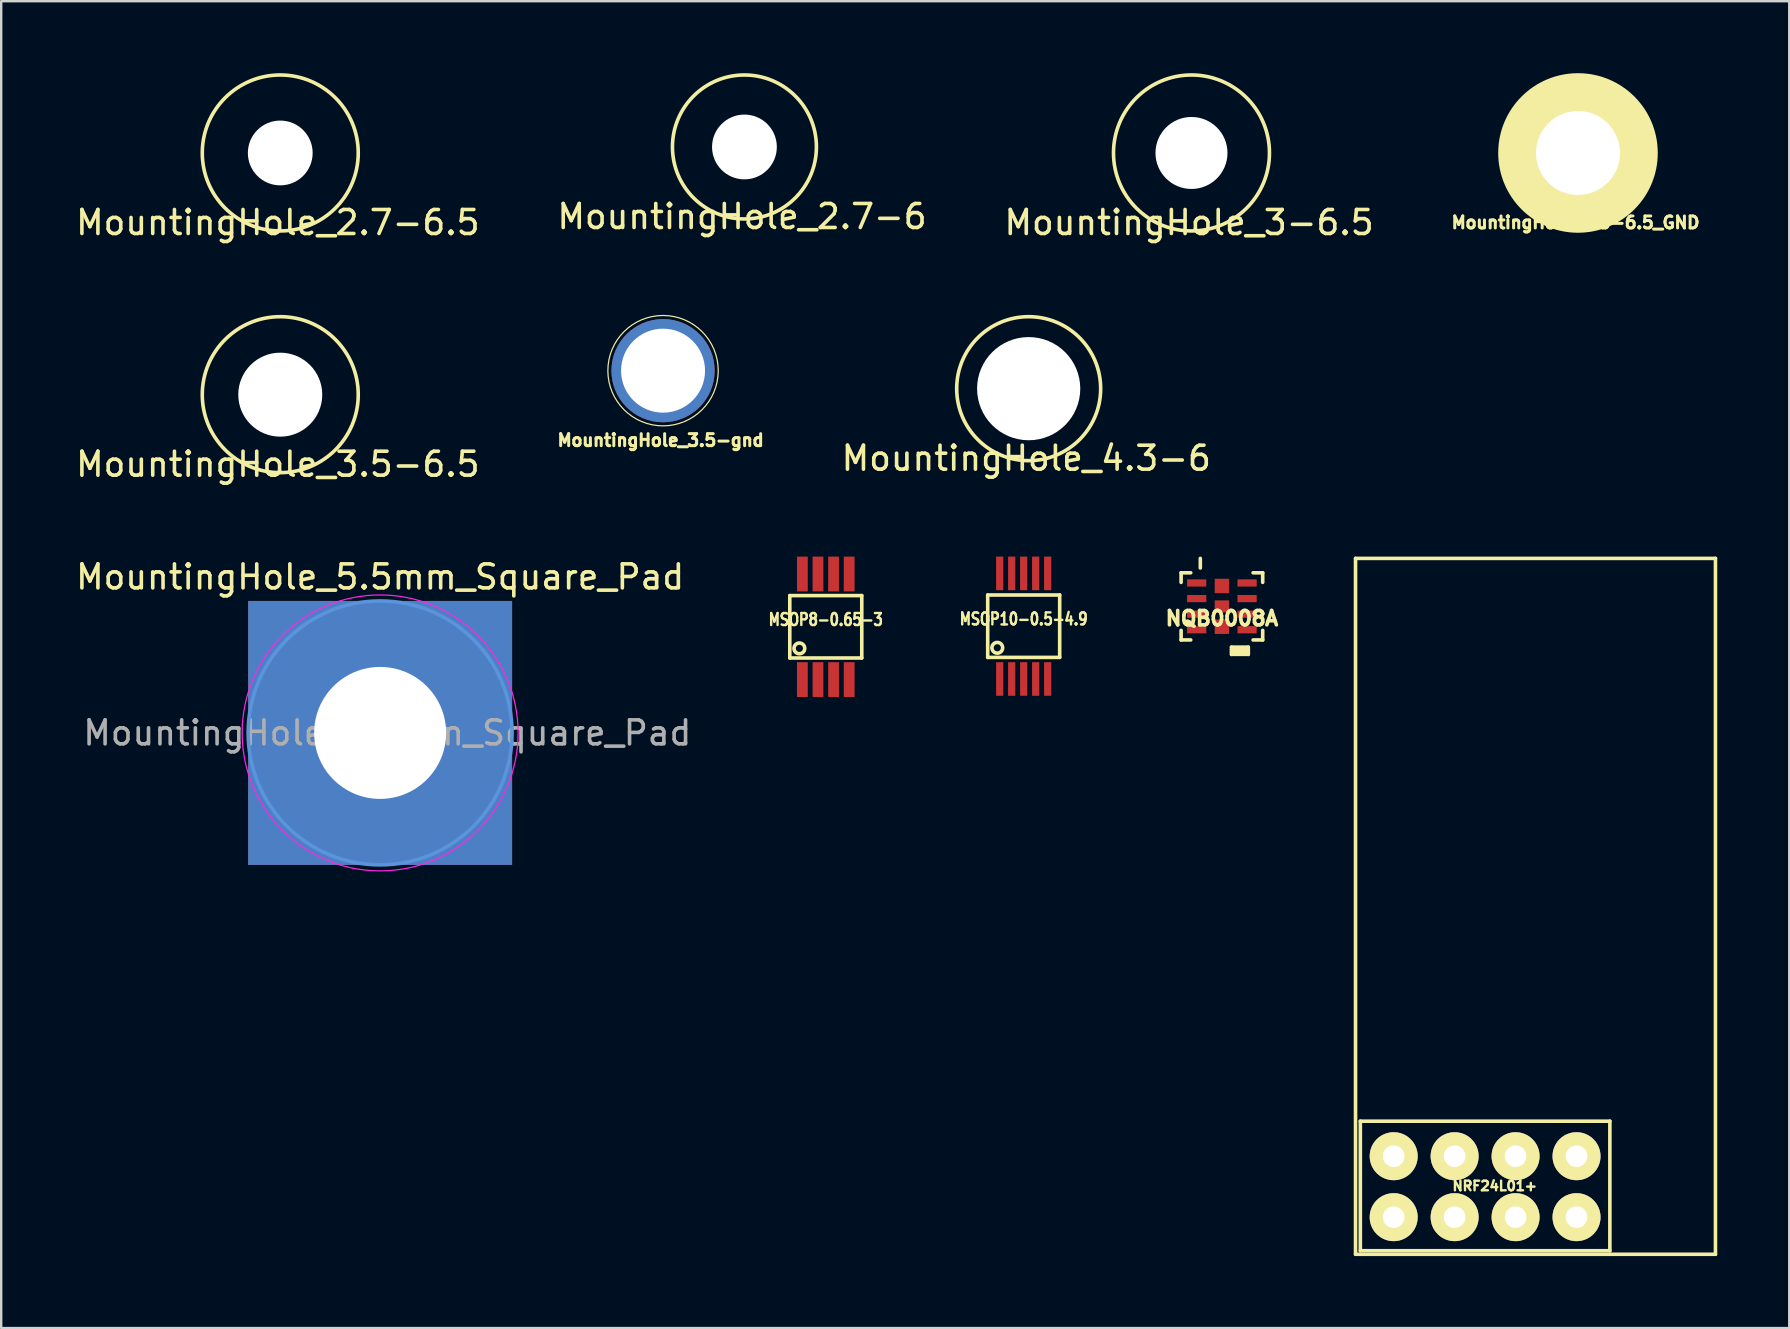
<source format=kicad_pcb>
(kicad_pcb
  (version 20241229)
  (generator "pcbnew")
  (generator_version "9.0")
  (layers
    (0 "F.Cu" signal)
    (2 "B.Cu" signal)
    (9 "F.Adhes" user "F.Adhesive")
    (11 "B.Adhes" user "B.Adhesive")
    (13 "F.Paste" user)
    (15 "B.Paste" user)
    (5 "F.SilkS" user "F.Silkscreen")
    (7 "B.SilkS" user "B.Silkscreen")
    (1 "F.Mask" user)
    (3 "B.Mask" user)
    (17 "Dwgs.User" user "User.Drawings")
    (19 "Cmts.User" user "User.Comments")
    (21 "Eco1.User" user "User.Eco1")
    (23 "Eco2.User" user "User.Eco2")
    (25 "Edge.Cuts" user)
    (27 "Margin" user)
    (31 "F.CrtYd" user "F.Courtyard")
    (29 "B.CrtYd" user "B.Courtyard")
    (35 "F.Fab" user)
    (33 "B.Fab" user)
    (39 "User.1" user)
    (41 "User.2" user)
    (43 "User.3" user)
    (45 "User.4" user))
  (footprint "NRF24L01+"
    (placed yes)
    (layer "F.Cu")
    (at 58.843 46.422)
    (property "Reference" "NRF24L01+" (at 0.4 -0.046 0) (layer "F.SilkS") (effects (font (size 0.4 0.4) (thickness 0.1))))
    (attr through_hole)
    (fp_line (start -5.4 -26.2) (end 9.6 -26.2) (stroke (width 0.15) (type solid)) (layer "F.SilkS"))
    (fp_line (start -5.4 2.8) (end -5.4 -26.2) (stroke (width 0.15) (type solid)) (layer "F.SilkS"))
    (fp_line (start -5.4 2.8) (end 9.6 2.8) (stroke (width 0.15) (type solid)) (layer "F.SilkS"))
    (fp_line (start -5.2 -2.746) (end -5.2 2.654) (stroke (width 0.15) (type solid)) (layer "F.SilkS"))
    (fp_line (start -5.2 2.654) (end 5.2 2.654) (stroke (width 0.15) (type solid)) (layer "F.SilkS"))
    (fp_line (start 5.2 -2.746) (end -5.2 -2.746) (stroke (width 0.15) (type solid)) (layer "F.SilkS"))
    (fp_line (start 5.2 2.654) (end 5.2 -2.746) (stroke (width 0.15) (type solid)) (layer "F.SilkS"))
    (fp_line (start 9.6 -26.2) (end 9.6 2.8) (stroke (width 0.15) (type solid)) (layer "F.SilkS"))
    (pad "1" thru_hole oval (at -3.81 1.254) (size 2 2) (drill 0.9) (layers "*.Cu" "*.Mask" "F.SilkS"))
    (pad "2" thru_hole oval (at -3.81 -1.286) (size 2 2) (drill 0.9) (layers "*.Cu" "*.Mask" "F.SilkS"))
    (pad "3" thru_hole oval (at -1.27 1.254) (size 2 2) (drill 0.9) (layers "*.Cu" "*.Mask" "F.SilkS"))
    (pad "4" thru_hole oval (at -1.27 -1.286) (size 2 2) (drill 0.9) (layers "*.Cu" "*.Mask" "F.SilkS"))
    (pad "5" thru_hole oval (at 1.27 1.254) (size 2 2) (drill 0.9) (layers "*.Cu" "*.Mask" "F.SilkS"))
    (pad "6" thru_hole oval (at 1.27 -1.286) (size 2 2) (drill 0.9) (layers "*.Cu" "*.Mask" "F.SilkS"))
    (pad "7" thru_hole oval (at 3.81 1.254) (size 2 2) (drill 0.9) (layers "*.Cu" "*.Mask" "F.SilkS"))
    (pad "8" thru_hole oval (at 3.81 -1.286) (size 2 2) (drill 0.9) (layers "*.Cu" "*.Mask" "F.SilkS")))
  (footprint "MountingHole_3.5-gnd"
    (layer "F.Cu")
    (at 24.583 12.398)
    (property "Reference" "MountingHole_3.5-gnd" (at -0.1 2.9 0) (layer "F.SilkS") (effects (font (size 0.5 0.5) (thickness 0.125))))
    (attr through_hole)
    (fp_circle (center 0 0) (end 0 2.3) (stroke (width 0.05) (type solid)) (fill no) (layer "F.SilkS"))
    (pad "" np_thru_hole circle (at 0 0) (size 4.3 4.3) (drill 3.5) (layers "*.Cu"))
    (pad "1" smd circle (at 0 0) (size 3 3) (layers "F.Cu" "F.Mask" "F.Paste")))
  (footprint "MountingHole_2.7-6.5"
    (layer "F.Cu")
    (at 8.63 3.325)
    (property "Reference" "MountingHole_2.7-6.5" (at -0.1 2.9 0) (layer "F.SilkS") (effects (font (size 1 1) (thickness 0.15))))
    (attr through_hole)
    (fp_circle (center 0 0) (end 0 3.25) (stroke (width 0.15) (type solid)) (fill no) (layer "F.SilkS"))
    (pad "" np_thru_hole circle (at 0 0) (size 2.7 2.7) (drill 2.7) (layers "*.Cu")))
  (footprint "MountingHole_3.5-6.5"
    (layer "F.Cu")
    (at 8.63 13.398)
    (property "Reference" "MountingHole_3.5-6.5" (at -0.1 2.9 0) (layer "F.SilkS") (effects (font (size 1 1) (thickness 0.15))))
    (attr through_hole)
    (fp_circle (center 0 0) (end 0 3.25) (stroke (width 0.15) (type solid)) (fill no) (layer "F.SilkS"))
    (pad "" np_thru_hole circle (at 0 0) (size 3.5 3.5) (drill 3.5) (layers "*.Cu")))
  (footprint "MountingHole_5.5mm_Square_Pad"
    (layer "F.Cu")
    (at 12.792 27.495)
    (property "Reference" "MountingHole_5.5mm_Square_Pad" (at 0 -6.5 0) (layer "F.SilkS") (effects (font (size 1 1) (thickness 0.15))))
    (attr exclude_from_pos_files exclude_from_bom)
    (fp_circle (center 0 0) (end 5.5 0) (stroke (width 0.15) (type solid)) (fill no) (layer "Cmts.User"))
    (fp_circle (center 0 0) (end 5.75 0) (stroke (width 0.05) (type solid)) (fill no) (layer "F.CrtYd"))
    (fp_text user "${REFERENCE}" (at 0.3 0 0) (layer "F.Fab") (effects (font (size 1 1) (thickness 0.15))))
    (pad "1" thru_hole rect (at 0 0) (size 11 11) (drill 5.5) (layers "*.Cu" "*.Mask")))
  (footprint "MSOP10-0.5-4.9"
    (layer "F.Cu")
    (at 39.613 23.047)
    (property "Reference" "MSOP10-0.5-4.9" (at 0 -0.3 0) (layer "F.SilkS") (effects (font (size 0.5 0.4) (thickness 0.1))))
    (attr smd)
    (fp_line (start -1.5 -1.3) (end -1.5 1.3) (stroke (width 0.15) (type solid)) (layer "F.SilkS"))
    (fp_line (start -1.5 1.3) (end 1.5 1.3) (stroke (width 0.15) (type solid)) (layer "F.SilkS"))
    (fp_line (start 1.5 -1.3) (end -1.5 -1.3) (stroke (width 0.15) (type solid)) (layer "F.SilkS"))
    (fp_line (start 1.5 1.3) (end 1.5 -1.3) (stroke (width 0.15) (type solid)) (layer "F.SilkS"))
    (fp_circle (center -1.1 0.9) (end -1 1.1) (stroke (width 0.15) (type solid)) (fill no) (layer "F.SilkS"))
    (pad "1" smd rect (at -1 2.2) (size 0.3 1.4) (layers "F.Cu" "F.Mask" "F.Paste"))
    (pad "2" smd rect (at -0.5 2.2) (size 0.3 1.4) (layers "F.Cu" "F.Mask" "F.Paste"))
    (pad "3" smd rect (at 0 2.2) (size 0.3 1.4) (layers "F.Cu" "F.Mask" "F.Paste"))
    (pad "4" smd rect (at 0.5 2.2) (size 0.3 1.4) (layers "F.Cu" "F.Mask" "F.Paste"))
    (pad "5" smd rect (at 1 2.2) (size 0.3 1.4) (layers "F.Cu" "F.Mask" "F.Paste"))
    (pad "6" smd rect (at 1 -2.2) (size 0.3 1.4) (layers "F.Cu" "F.Mask" "F.Paste"))
    (pad "7" smd rect (at 0.5 -2.2) (size 0.3 1.4) (layers "F.Cu" "F.Mask" "F.Paste"))
    (pad "8" smd rect (at 0 -2.2) (size 0.3 1.4) (layers "F.Cu" "F.Mask" "F.Paste"))
    (pad "9" smd rect (at -0.5 -2.2) (size 0.3 1.4) (layers "F.Cu" "F.Mask" "F.Paste"))
    (pad "10" smd rect (at -1 -2.2) (size 0.3 1.4) (layers "F.Cu" "F.Mask" "F.Paste")))
  (footprint "MountingHole_3-6.5"
    (layer "F.Cu")
    (at 46.606 3.325)
    (property "Reference" "MountingHole_3-6.5" (at -0.1 2.9 0) (layer "F.SilkS") (effects (font (size 1 1) (thickness 0.15))))
    (attr through_hole)
    (fp_circle (center 0 0) (end 0 3.25) (stroke (width 0.15) (type solid)) (fill no) (layer "F.SilkS"))
    (pad "" np_thru_hole circle (at 0 0) (size 3 3) (drill 3) (layers "*.Cu")))
  (footprint "MSOP8-0.65-3"
    (layer "F.Cu")
    (at 31.365 23.072)
    (property "Reference" "MSOP8-0.65-3" (at 0 -0.3 0) (layer "F.SilkS") (effects (font (size 0.5 0.4) (thickness 0.1))))
    (attr smd)
    (fp_line (start -1.5 -1.3) (end -1.5 1.3) (stroke (width 0.15) (type solid)) (layer "F.SilkS"))
    (fp_line (start -1.5 1.3) (end 1.5 1.3) (stroke (width 0.15) (type solid)) (layer "F.SilkS"))
    (fp_line (start 1.5 -1.3) (end -1.5 -1.3) (stroke (width 0.15) (type solid)) (layer "F.SilkS"))
    (fp_line (start 1.5 1.3) (end 1.5 -1.3) (stroke (width 0.15) (type solid)) (layer "F.SilkS"))
    (fp_circle (center -1.1 0.9) (end -1 1.1) (stroke (width 0.15) (type solid)) (fill no) (layer "F.SilkS"))
    (pad "1" smd rect (at -0.975 2.2) (size 0.45 1.45) (layers "F.Cu" "F.Mask" "F.Paste"))
    (pad "2" smd rect (at -0.325 2.2) (size 0.45 1.45) (layers "F.Cu" "F.Mask" "F.Paste"))
    (pad "3" smd rect (at 0.325 2.2) (size 0.45 1.45) (layers "F.Cu" "F.Mask" "F.Paste"))
    (pad "4" smd rect (at 0.975 2.2) (size 0.45 1.45) (layers "F.Cu" "F.Mask" "F.Paste"))
    (pad "5" smd rect (at 0.975 -2.2) (size 0.45 1.45) (layers "F.Cu" "F.Mask" "F.Paste"))
    (pad "6" smd rect (at 0.325 -2.2) (size 0.45 1.45) (layers "F.Cu" "F.Mask" "F.Paste"))
    (pad "7" smd rect (at -0.325 -2.2) (size 0.45 1.45) (layers "F.Cu" "F.Mask" "F.Paste"))
    (pad "8" smd rect (at -0.975 -2.2) (size 0.45 1.45) (layers "F.Cu" "F.Mask" "F.Paste")))
  (footprint "NQB0008A"
    (layer "F.Cu")
    (at 47.874 22.221)
    (property "Reference" "NQB0008A" (at 0 0.5 0) (layer "F.SilkS") (effects (font (size 0.6 0.6) (thickness 0.15))))
    (attr smd)
    (fp_line (start -1.7 -1.4) (end -1.3 -1.4) (stroke (width 0.15) (type solid)) (layer "F.SilkS"))
    (fp_line (start -1.7 -1) (end -1.7 -1.4) (stroke (width 0.15) (type solid)) (layer "F.SilkS"))
    (fp_line (start -1.7 1) (end -1.7 1.4) (stroke (width 0.15) (type solid)) (layer "F.SilkS"))
    (fp_line (start -1.7 1.4) (end -1.3 1.4) (stroke (width 0.15) (type solid)) (layer "F.SilkS"))
    (fp_line (start -0.9 -2) (end -0.9 -1.6) (stroke (width 0.15) (type solid)) (layer "F.SilkS"))
    (fp_line (start 0.4 1.7) (end 1.1 1.7) (stroke (width 0.15) (type solid)) (layer "F.SilkS"))
    (fp_line (start 0.4 1.8) (end 1.1 1.8) (stroke (width 0.15) (type solid)) (layer "F.SilkS"))
    (fp_line (start 0.4 1.9) (end 1.1 1.9) (stroke (width 0.15) (type solid)) (layer "F.SilkS"))
    (fp_line (start 0.4 2) (end 0.4 1.7) (stroke (width 0.15) (type solid)) (layer "F.SilkS"))
    (fp_line (start 1.1 1.7) (end 1.1 2) (stroke (width 0.15) (type solid)) (layer "F.SilkS"))
    (fp_line (start 1.1 2) (end 0.4 2) (stroke (width 0.15) (type solid)) (layer "F.SilkS"))
    (fp_line (start 1.3 -1.4) (end 1.7 -1.4) (stroke (width 0.15) (type solid)) (layer "F.SilkS"))
    (fp_line (start 1.3 1.4) (end 1.7 1.4) (stroke (width 0.15) (type solid)) (layer "F.SilkS"))
    (fp_line (start 1.7 -1.4) (end 1.7 -1) (stroke (width 0.15) (type solid)) (layer "F.SilkS"))
    (fp_line (start 1.7 1.4) (end 1.7 1) (stroke (width 0.15) (type solid)) (layer "F.SilkS"))
    (pad "1" smd rect (at -1.05 -0.975) (size 0.8 0.3) (layers "F.Cu" "F.Mask" "F.Paste"))
    (pad "2" smd rect (at -1.05 -0.325) (size 0.8 0.3) (layers "F.Cu" "F.Mask" "F.Paste"))
    (pad "3" smd rect (at -1.05 0.325) (size 0.8 0.3) (layers "F.Cu" "F.Mask" "F.Paste"))
    (pad "4" smd rect (at -1.05 0.975) (size 0.8 0.3) (layers "F.Cu" "F.Mask" "F.Paste"))
    (pad "5" smd rect (at 1.05 0.975) (size 0.8 0.3) (layers "F.Cu" "F.Mask" "F.Paste"))
    (pad "6" smd rect (at 1.05 0.325) (size 0.8 0.3) (layers "F.Cu" "F.Mask" "F.Paste"))
    (pad "7" smd rect (at 1.05 -0.325) (size 0.8 0.3) (layers "F.Cu" "F.Mask" "F.Paste"))
    (pad "8" smd rect (at 1.05 -0.975) (size 0.8 0.3) (layers "F.Cu" "F.Mask" "F.Paste"))
    (pad "9" smd rect (at 0 0.85) (size 0.6 0.6) (layers "F.Cu" "F.Mask" "F.Paste"))
    (pad "10" smd rect (at 0 0) (size 0.6 0.5) (layers "F.Cu" "F.Mask" "F.Paste"))
    (pad "11" smd rect (at 0 -0.85) (size 0.6 0.6) (layers "F.Cu" "F.Mask" "F.Paste")))
  (footprint "MountingHole_3.5-6.5_GND"
    (layer "F.Cu")
    (at 62.714 3.325)
    (property "Reference" "MountingHole_3.5-6.5_GND" (at -0.1 2.9 0) (layer "F.SilkS") (effects (font (size 0.5 0.5) (thickness 0.125))))
    (attr through_hole)
    (fp_circle (center 0 0) (end 0 3.25) (stroke (width 0.15) (type solid)) (fill no) (layer "F.SilkS"))
    (pad "1" thru_hole circle (at 0 0) (size 6.5 6.5) (drill 3.5) (layers "*.Cu" "*.Mask" "F.SilkS")))
  (footprint "MountingHole_4.3-6"
    (layer "F.Cu")
    (at 39.821 13.148)
    (property "Reference" "MountingHole_4.3-6" (at -0.1 2.9 0) (layer "F.SilkS") (effects (font (size 1 1) (thickness 0.15))))
    (attr through_hole)
    (fp_circle (center 0 0) (end 3 0) (stroke (width 0.15) (type solid)) (fill no) (layer "F.SilkS"))
    (pad "" np_thru_hole circle (at 0 0) (size 4.3 4.3) (drill 4.3) (layers "*.Cu")))
  (footprint "MountingHole_2.7-6"
    (layer "F.Cu")
    (at 27.975 3.075)
    (property "Reference" "MountingHole_2.7-6" (at -0.1 2.9 0) (layer "F.SilkS") (effects (font (size 1 1) (thickness 0.15))))
    (attr through_hole)
    (fp_circle (center 0 0) (end 3 0) (stroke (width 0.15) (type solid)) (fill no) (layer "F.SilkS"))
    (pad "" np_thru_hole circle (at 0 0) (size 2.7 2.7) (drill 2.7) (layers "*.Cu")))
  (gr_rect
    (start -3 -3)
    (end 71.518 52.297)
    (stroke (width 0.1) (type default))
    (fill no)
    (layer "Edge.Cuts")))
</source>
